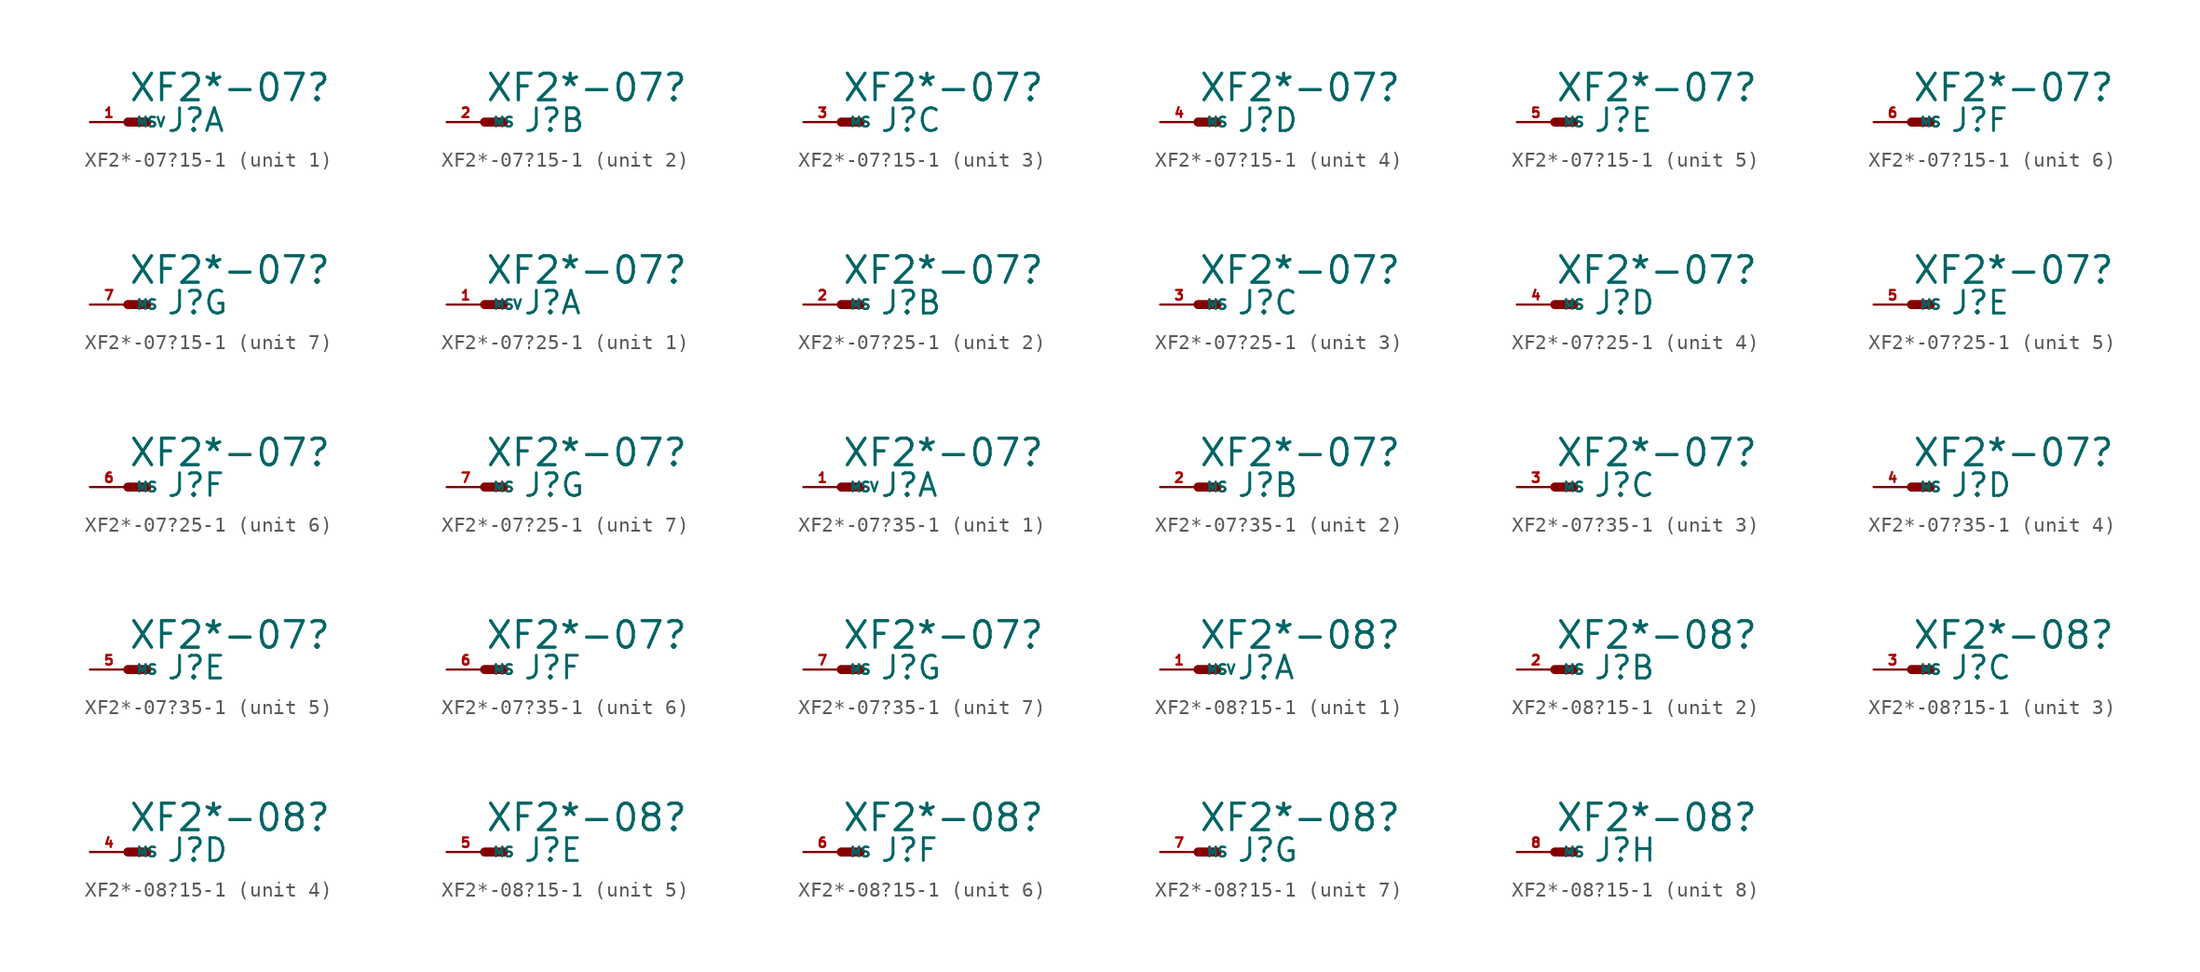
<source format=kicad_sym>
(kicad_symbol_lib
  (version 20220914)
  (generator Eagle2Kicad)
  (symbol "XF2*-07?15-1"
    (property "Reference" "J"
      (at 2.54 -0.762 0)
      (effects (font (size 1.524 1.524) (thickness 0.19)) (justify left bottom)))
    (property "Value" "XF2*-07?"
      (at 0 1.27 0)
      (effects (font (size 1.778 1.778) (thickness 0.22)) (justify left bottom)))
    (symbol "XF2*-07?15-1_1_0"
      (polyline (pts (xy 0 0) (xy 1.27 0)) (stroke (width 0.61) (type default)) (fill (type none)))
      (pin passive line (at -2.54 0 0) (length 2.54) (name "MSV" (effects (font (size 0.635 0.635) (thickness 0.08)) (justify left bottom))) (number "1" (effects (font (size 0.635 0.635) (thickness 0.08)) (justify left bottom)))))
    (symbol "XF2*-07?15-1_2_0"
      (polyline (pts (xy 0 0) (xy 1.27 0)) (stroke (width 0.61) (type default)) (fill (type none)))
      (pin passive line (at -2.54 0 0) (length 2.54) (name "MS" (effects (font (size 0.635 0.635) (thickness 0.08)) (justify left bottom))) (number "2" (effects (font (size 0.635 0.635) (thickness 0.08)) (justify left bottom)))))
    (symbol "XF2*-07?15-1_3_0"
      (polyline (pts (xy 0 0) (xy 1.27 0)) (stroke (width 0.61) (type default)) (fill (type none)))
      (pin passive line (at -2.54 0 0) (length 2.54) (name "MS" (effects (font (size 0.635 0.635) (thickness 0.08)) (justify left bottom))) (number "3" (effects (font (size 0.635 0.635) (thickness 0.08)) (justify left bottom)))))
    (symbol "XF2*-07?15-1_4_0"
      (polyline (pts (xy 0 0) (xy 1.27 0)) (stroke (width 0.61) (type default)) (fill (type none)))
      (pin passive line (at -2.54 0 0) (length 2.54) (name "MS" (effects (font (size 0.635 0.635) (thickness 0.08)) (justify left bottom))) (number "4" (effects (font (size 0.635 0.635) (thickness 0.08)) (justify left bottom)))))
    (symbol "XF2*-07?15-1_5_0"
      (polyline (pts (xy 0 0) (xy 1.27 0)) (stroke (width 0.61) (type default)) (fill (type none)))
      (pin passive line (at -2.54 0 0) (length 2.54) (name "MS" (effects (font (size 0.635 0.635) (thickness 0.08)) (justify left bottom))) (number "5" (effects (font (size 0.635 0.635) (thickness 0.08)) (justify left bottom)))))
    (symbol "XF2*-07?15-1_6_0"
      (polyline (pts (xy 0 0) (xy 1.27 0)) (stroke (width 0.61) (type default)) (fill (type none)))
      (pin passive line (at -2.54 0 0) (length 2.54) (name "MS" (effects (font (size 0.635 0.635) (thickness 0.08)) (justify left bottom))) (number "6" (effects (font (size 0.635 0.635) (thickness 0.08)) (justify left bottom)))))
    (symbol "XF2*-07?15-1_7_0"
      (polyline (pts (xy 0 0) (xy 1.27 0)) (stroke (width 0.61) (type default)) (fill (type none)))
      (pin passive line (at -2.54 0 0) (length 2.54) (name "MS" (effects (font (size 0.635 0.635) (thickness 0.08)) (justify left bottom))) (number "7" (effects (font (size 0.635 0.635) (thickness 0.08)) (justify left bottom))))))
  (symbol "XF2*-07?25-1"
    (property "Reference" "J"
      (at 2.54 -0.762 0)
      (effects (font (size 1.524 1.524) (thickness 0.19)) (justify left bottom)))
    (property "Value" "XF2*-07?"
      (at 0 1.27 0)
      (effects (font (size 1.778 1.778) (thickness 0.22)) (justify left bottom)))
    (symbol "XF2*-07?25-1_1_0"
      (polyline (pts (xy 0 0) (xy 1.27 0)) (stroke (width 0.61) (type default)) (fill (type none)))
      (pin passive line (at -2.54 0 0) (length 2.54) (name "MSV" (effects (font (size 0.635 0.635) (thickness 0.08)) (justify left bottom))) (number "1" (effects (font (size 0.635 0.635) (thickness 0.08)) (justify left bottom)))))
    (symbol "XF2*-07?25-1_2_0"
      (polyline (pts (xy 0 0) (xy 1.27 0)) (stroke (width 0.61) (type default)) (fill (type none)))
      (pin passive line (at -2.54 0 0) (length 2.54) (name "MS" (effects (font (size 0.635 0.635) (thickness 0.08)) (justify left bottom))) (number "2" (effects (font (size 0.635 0.635) (thickness 0.08)) (justify left bottom)))))
    (symbol "XF2*-07?25-1_3_0"
      (polyline (pts (xy 0 0) (xy 1.27 0)) (stroke (width 0.61) (type default)) (fill (type none)))
      (pin passive line (at -2.54 0 0) (length 2.54) (name "MS" (effects (font (size 0.635 0.635) (thickness 0.08)) (justify left bottom))) (number "3" (effects (font (size 0.635 0.635) (thickness 0.08)) (justify left bottom)))))
    (symbol "XF2*-07?25-1_4_0"
      (polyline (pts (xy 0 0) (xy 1.27 0)) (stroke (width 0.61) (type default)) (fill (type none)))
      (pin passive line (at -2.54 0 0) (length 2.54) (name "MS" (effects (font (size 0.635 0.635) (thickness 0.08)) (justify left bottom))) (number "4" (effects (font (size 0.635 0.635) (thickness 0.08)) (justify left bottom)))))
    (symbol "XF2*-07?25-1_5_0"
      (polyline (pts (xy 0 0) (xy 1.27 0)) (stroke (width 0.61) (type default)) (fill (type none)))
      (pin passive line (at -2.54 0 0) (length 2.54) (name "MS" (effects (font (size 0.635 0.635) (thickness 0.08)) (justify left bottom))) (number "5" (effects (font (size 0.635 0.635) (thickness 0.08)) (justify left bottom)))))
    (symbol "XF2*-07?25-1_6_0"
      (polyline (pts (xy 0 0) (xy 1.27 0)) (stroke (width 0.61) (type default)) (fill (type none)))
      (pin passive line (at -2.54 0 0) (length 2.54) (name "MS" (effects (font (size 0.635 0.635) (thickness 0.08)) (justify left bottom))) (number "6" (effects (font (size 0.635 0.635) (thickness 0.08)) (justify left bottom)))))
    (symbol "XF2*-07?25-1_7_0"
      (polyline (pts (xy 0 0) (xy 1.27 0)) (stroke (width 0.61) (type default)) (fill (type none)))
      (pin passive line (at -2.54 0 0) (length 2.54) (name "MS" (effects (font (size 0.635 0.635) (thickness 0.08)) (justify left bottom))) (number "7" (effects (font (size 0.635 0.635) (thickness 0.08)) (justify left bottom))))))
  (symbol "XF2*-07?35-1"
    (property "Reference" "J"
      (at 2.54 -0.762 0)
      (effects (font (size 1.524 1.524) (thickness 0.19)) (justify left bottom)))
    (property "Value" "XF2*-07?"
      (at 0 1.27 0)
      (effects (font (size 1.778 1.778) (thickness 0.22)) (justify left bottom)))
    (symbol "XF2*-07?35-1_1_0"
      (polyline (pts (xy 0 0) (xy 1.27 0)) (stroke (width 0.61) (type default)) (fill (type none)))
      (pin passive line (at -2.54 0 0) (length 2.54) (name "MSV" (effects (font (size 0.635 0.635) (thickness 0.08)) (justify left bottom))) (number "1" (effects (font (size 0.635 0.635) (thickness 0.08)) (justify left bottom)))))
    (symbol "XF2*-07?35-1_2_0"
      (polyline (pts (xy 0 0) (xy 1.27 0)) (stroke (width 0.61) (type default)) (fill (type none)))
      (pin passive line (at -2.54 0 0) (length 2.54) (name "MS" (effects (font (size 0.635 0.635) (thickness 0.08)) (justify left bottom))) (number "2" (effects (font (size 0.635 0.635) (thickness 0.08)) (justify left bottom)))))
    (symbol "XF2*-07?35-1_3_0"
      (polyline (pts (xy 0 0) (xy 1.27 0)) (stroke (width 0.61) (type default)) (fill (type none)))
      (pin passive line (at -2.54 0 0) (length 2.54) (name "MS" (effects (font (size 0.635 0.635) (thickness 0.08)) (justify left bottom))) (number "3" (effects (font (size 0.635 0.635) (thickness 0.08)) (justify left bottom)))))
    (symbol "XF2*-07?35-1_4_0"
      (polyline (pts (xy 0 0) (xy 1.27 0)) (stroke (width 0.61) (type default)) (fill (type none)))
      (pin passive line (at -2.54 0 0) (length 2.54) (name "MS" (effects (font (size 0.635 0.635) (thickness 0.08)) (justify left bottom))) (number "4" (effects (font (size 0.635 0.635) (thickness 0.08)) (justify left bottom)))))
    (symbol "XF2*-07?35-1_5_0"
      (polyline (pts (xy 0 0) (xy 1.27 0)) (stroke (width 0.61) (type default)) (fill (type none)))
      (pin passive line (at -2.54 0 0) (length 2.54) (name "MS" (effects (font (size 0.635 0.635) (thickness 0.08)) (justify left bottom))) (number "5" (effects (font (size 0.635 0.635) (thickness 0.08)) (justify left bottom)))))
    (symbol "XF2*-07?35-1_6_0"
      (polyline (pts (xy 0 0) (xy 1.27 0)) (stroke (width 0.61) (type default)) (fill (type none)))
      (pin passive line (at -2.54 0 0) (length 2.54) (name "MS" (effects (font (size 0.635 0.635) (thickness 0.08)) (justify left bottom))) (number "6" (effects (font (size 0.635 0.635) (thickness 0.08)) (justify left bottom)))))
    (symbol "XF2*-07?35-1_7_0"
      (polyline (pts (xy 0 0) (xy 1.27 0)) (stroke (width 0.61) (type default)) (fill (type none)))
      (pin passive line (at -2.54 0 0) (length 2.54) (name "MS" (effects (font (size 0.635 0.635) (thickness 0.08)) (justify left bottom))) (number "7" (effects (font (size 0.635 0.635) (thickness 0.08)) (justify left bottom))))))
  (symbol "XF2*-08?15-1"
    (property "Reference" "J"
      (at 2.54 -0.762 0)
      (effects (font (size 1.524 1.524) (thickness 0.19)) (justify left bottom)))
    (property "Value" "XF2*-08?"
      (at 0 1.27 0)
      (effects (font (size 1.778 1.778) (thickness 0.22)) (justify left bottom)))
    (symbol "XF2*-08?15-1_1_0"
      (polyline (pts (xy 0 0) (xy 1.27 0)) (stroke (width 0.61) (type default)) (fill (type none)))
      (pin passive line (at -2.54 0 0) (length 2.54) (name "MSV" (effects (font (size 0.635 0.635) (thickness 0.08)) (justify left bottom))) (number "1" (effects (font (size 0.635 0.635) (thickness 0.08)) (justify left bottom)))))
    (symbol "XF2*-08?15-1_2_0"
      (polyline (pts (xy 0 0) (xy 1.27 0)) (stroke (width 0.61) (type default)) (fill (type none)))
      (pin passive line (at -2.54 0 0) (length 2.54) (name "MS" (effects (font (size 0.635 0.635) (thickness 0.08)) (justify left bottom))) (number "2" (effects (font (size 0.635 0.635) (thickness 0.08)) (justify left bottom)))))
    (symbol "XF2*-08?15-1_3_0"
      (polyline (pts (xy 0 0) (xy 1.27 0)) (stroke (width 0.61) (type default)) (fill (type none)))
      (pin passive line (at -2.54 0 0) (length 2.54) (name "MS" (effects (font (size 0.635 0.635) (thickness 0.08)) (justify left bottom))) (number "3" (effects (font (size 0.635 0.635) (thickness 0.08)) (justify left bottom)))))
    (symbol "XF2*-08?15-1_4_0"
      (polyline (pts (xy 0 0) (xy 1.27 0)) (stroke (width 0.61) (type default)) (fill (type none)))
      (pin passive line (at -2.54 0 0) (length 2.54) (name "MS" (effects (font (size 0.635 0.635) (thickness 0.08)) (justify left bottom))) (number "4" (effects (font (size 0.635 0.635) (thickness 0.08)) (justify left bottom)))))
    (symbol "XF2*-08?15-1_5_0"
      (polyline (pts (xy 0 0) (xy 1.27 0)) (stroke (width 0.61) (type default)) (fill (type none)))
      (pin passive line (at -2.54 0 0) (length 2.54) (name "MS" (effects (font (size 0.635 0.635) (thickness 0.08)) (justify left bottom))) (number "5" (effects (font (size 0.635 0.635) (thickness 0.08)) (justify left bottom)))))
    (symbol "XF2*-08?15-1_6_0"
      (polyline (pts (xy 0 0) (xy 1.27 0)) (stroke (width 0.61) (type default)) (fill (type none)))
      (pin passive line (at -2.54 0 0) (length 2.54) (name "MS" (effects (font (size 0.635 0.635) (thickness 0.08)) (justify left bottom))) (number "6" (effects (font (size 0.635 0.635) (thickness 0.08)) (justify left bottom)))))
    (symbol "XF2*-08?15-1_7_0"
      (polyline (pts (xy 0 0) (xy 1.27 0)) (stroke (width 0.61) (type default)) (fill (type none)))
      (pin passive line (at -2.54 0 0) (length 2.54) (name "MS" (effects (font (size 0.635 0.635) (thickness 0.08)) (justify left bottom))) (number "7" (effects (font (size 0.635 0.635) (thickness 0.08)) (justify left bottom)))))
    (symbol "XF2*-08?15-1_8_0"
      (polyline (pts (xy 0 0) (xy 1.27 0)) (stroke (width 0.61) (type default)) (fill (type none)))
      (pin passive line (at -2.54 0 0) (length 2.54) (name "MS" (effects (font (size 0.635 0.635) (thickness 0.08)) (justify left bottom))) (number "8" (effects (font (size 0.635 0.635) (thickness 0.08)) (justify left bottom)))))))
</source>
